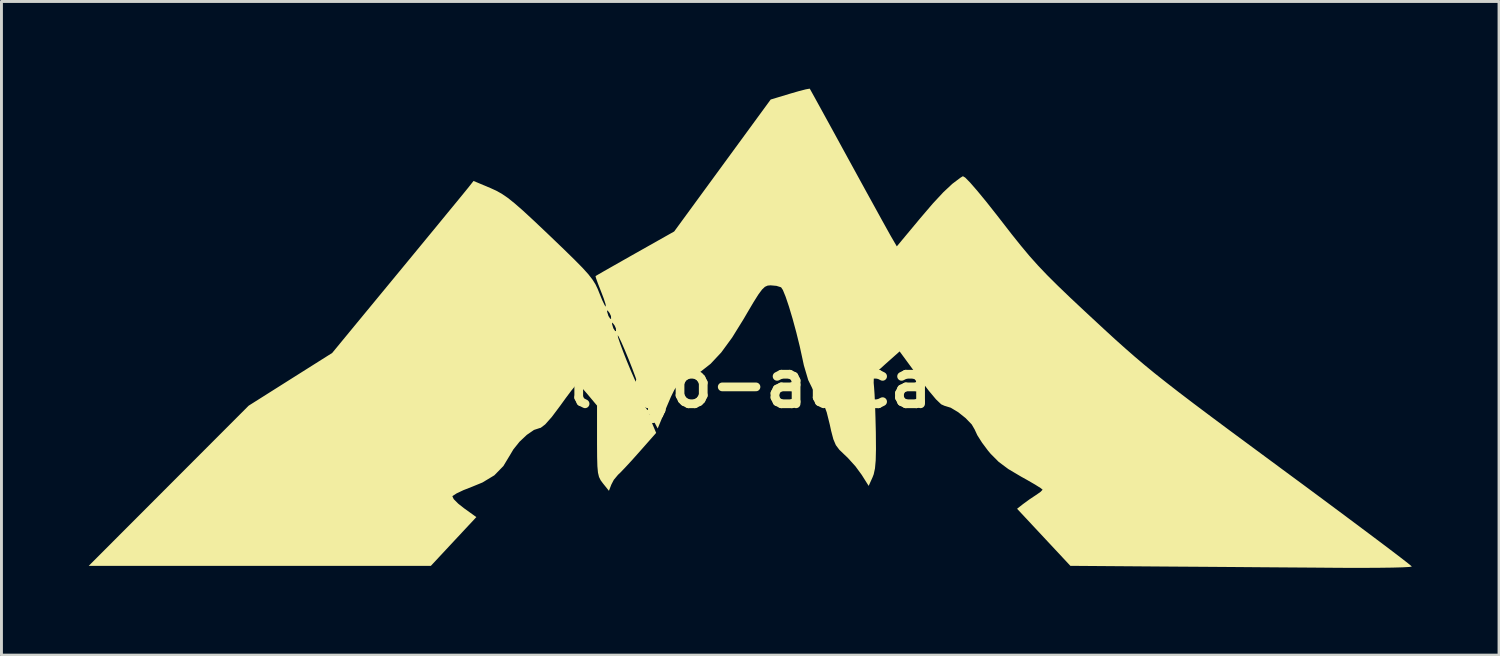
<source format=kicad_pcb>
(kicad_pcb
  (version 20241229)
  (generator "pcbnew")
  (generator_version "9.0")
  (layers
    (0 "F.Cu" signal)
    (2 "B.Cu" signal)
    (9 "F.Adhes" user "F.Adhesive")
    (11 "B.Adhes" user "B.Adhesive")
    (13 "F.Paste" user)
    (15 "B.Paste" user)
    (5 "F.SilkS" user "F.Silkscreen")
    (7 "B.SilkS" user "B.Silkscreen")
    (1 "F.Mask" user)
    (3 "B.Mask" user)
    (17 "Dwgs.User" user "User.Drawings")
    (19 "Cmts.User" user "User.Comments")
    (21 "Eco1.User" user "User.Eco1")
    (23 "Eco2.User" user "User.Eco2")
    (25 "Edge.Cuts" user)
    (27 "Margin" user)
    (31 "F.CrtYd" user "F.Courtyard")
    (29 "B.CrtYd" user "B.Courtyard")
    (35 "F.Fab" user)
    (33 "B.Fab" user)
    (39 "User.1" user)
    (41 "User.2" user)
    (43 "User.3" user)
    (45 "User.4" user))
  (footprint "logo-allca"
    (layer "F.Cu")
    (at 22.732 10.147)
    (property "Reference" "logo-allca" (at 0 0 0) (layer "F.SilkS") (effects (font (size 1.524 1.524) (thickness 0.3))))
    (attr board_only exclude_from_pos_files exclude_from_bom)
    (fp_poly (pts (xy 2.068 -10.146) (xy 2.112 -10.067) (xy 2.228 -9.858) (xy 2.405 -9.536) (xy 2.634 -9.119) (xy 2.905 -8.625) (xy 3.207 -8.072) (xy 3.385 -7.747) (xy 3.711 -7.152) (xy 4.019 -6.59) (xy 4.298 -6.084) (xy 4.535 -5.653) (xy 4.72 -5.32) (xy 4.84 -5.104) (xy 4.871 -5.05) (xy 5.061 -4.724) (xy 5.863 -5.687) (xy 6.3 -6.198) (xy 6.662 -6.587) (xy 6.97 -6.875) (xy 7.244 -7.082) (xy 7.334 -7.137) (xy 7.413 -7.09) (xy 7.582 -6.918) (xy 7.828 -6.635) (xy 8.141 -6.255) (xy 8.509 -5.789) (xy 8.646 -5.613) (xy 9.009 -5.145) (xy 9.327 -4.748) (xy 9.62 -4.397) (xy 9.914 -4.068) (xy 10.231 -3.735) (xy 10.594 -3.374) (xy 11.026 -2.959) (xy 11.551 -2.467) (xy 11.811 -2.226) (xy 12.209 -1.857) (xy 12.57 -1.526) (xy 12.909 -1.223) (xy 13.238 -0.935) (xy 13.573 -0.651) (xy 13.929 -0.359) (xy 14.32 -0.049) (xy 14.759 0.292) (xy 15.262 0.675) (xy 15.844 1.112) (xy 16.517 1.613) (xy 17.298 2.19) (xy 18.199 2.855) (xy 18.263 2.903) (xy 19.034 3.471) (xy 19.763 4.011) (xy 20.439 4.514) (xy 21.051 4.971) (xy 21.588 5.373) (xy 22.039 5.713) (xy 22.392 5.982) (xy 22.635 6.171) (xy 22.759 6.272) (xy 22.772 6.287) (xy 22.691 6.301) (xy 22.462 6.314) (xy 22.104 6.324) (xy 21.637 6.33) (xy 21.081 6.333) (xy 20.458 6.332) (xy 20.13 6.33) (xy 19.379 6.324) (xy 18.505 6.318) (xy 17.552 6.311) (xy 16.565 6.303) (xy 15.589 6.296) (xy 14.67 6.29) (xy 14.257 6.287) (xy 11.03 6.263) (xy 10.114 5.282) (xy 9.197 4.3) (xy 9.403 4.138) (xy 9.636 3.968) (xy 9.842 3.832) (xy 10.002 3.721) (xy 10.074 3.646) (xy 10.075 3.644) (xy 10.005 3.587) (xy 9.817 3.469) (xy 9.544 3.311) (xy 9.332 3.193) (xy 8.895 2.934) (xy 8.565 2.688) (xy 8.289 2.411) (xy 8.196 2.3) (xy 7.992 2.027) (xy 7.83 1.772) (xy 7.745 1.589) (xy 7.744 1.584) (xy 7.637 1.4) (xy 7.429 1.184) (xy 7.172 0.979) (xy 6.915 0.825) (xy 6.711 0.762) (xy 6.706 0.762) (xy 6.587 0.708) (xy 6.409 0.538) (xy 6.161 0.242) (xy 5.846 -0.174) (xy 5.158 -1.111) (xy 4.698 -0.703) (xy 4.462 -0.49) (xy 4.327 -0.339) (xy 4.27 -0.202) (xy 4.265 -0.031) (xy 4.279 0.127) (xy 4.296 0.371) (xy 4.313 0.738) (xy 4.327 1.182) (xy 4.339 1.655) (xy 4.34 1.736) (xy 4.344 2.255) (xy 4.335 2.637) (xy 4.31 2.912) (xy 4.267 3.112) (xy 4.227 3.217) (xy 4.093 3.514) (xy 3.853 3.133) (xy 3.639 2.841) (xy 3.373 2.547) (xy 3.26 2.44) (xy 3.084 2.271) (xy 2.964 2.111) (xy 2.878 1.909) (xy 2.801 1.616) (xy 2.756 1.407) (xy 2.65 0.982) (xy 2.537 0.681) (xy 2.443 0.539) (xy 2.202 0.255) (xy 2.014 -0.126) (xy 1.864 -0.633) (xy 1.824 -0.82) (xy 1.722 -1.288) (xy 1.603 -1.769) (xy 1.477 -2.233) (xy 1.352 -2.651) (xy 1.237 -2.992) (xy 1.142 -3.224) (xy 1.081 -3.316) (xy 0.922 -3.366) (xy 0.72 -3.384) (xy 0.618 -3.375) (xy 0.525 -3.333) (xy 0.424 -3.237) (xy 0.297 -3.065) (xy 0.128 -2.796) (xy -0.101 -2.408) (xy -0.201 -2.236) (xy -0.603 -1.587) (xy -0.976 -1.077) (xy -1.345 -0.683) (xy -1.73 -0.381) (xy -2.153 -0.148) (xy -2.178 -0.136) (xy -2.35 -0.05) (xy -2.478 0.053) (xy -2.589 0.209) (xy -2.71 0.455) (xy -2.849 0.781) (xy -3.163 1.539) (xy -3.314 1.256) (xy -3.421 1.072) (xy -3.463 1.037) (xy -3.437 1.145) (xy -3.344 1.385) (xy -3.216 1.691) (xy -3.796 2.348) (xy -4.055 2.638) (xy -4.287 2.889) (xy -4.459 3.068) (xy -4.525 3.129) (xy -4.672 3.305) (xy -4.757 3.468) (xy -4.84 3.683) (xy -5.044 3.429) (xy -5.125 3.32) (xy -5.181 3.206) (xy -5.217 3.056) (xy -5.237 2.838) (xy -5.246 2.52) (xy -5.249 2.071) (xy -5.249 1.963) (xy -5.249 0.752) (xy -5.335 0.65) (xy -3.634 0.65) (xy -3.588 0.801) (xy -3.525 0.899) (xy -3.495 0.899) (xy -3.5 0.804) (xy -3.546 0.705) (xy -3.621 0.605) (xy -3.634 0.65) (xy -5.335 0.65) (xy -5.564 0.376) (xy -5.694 0.226) (xy -3.804 0.226) (xy -3.757 0.378) (xy -3.694 0.475) (xy -3.665 0.476) (xy -3.669 0.381) (xy -3.715 0.282) (xy -3.79 0.182) (xy -3.804 0.226) (xy -5.694 0.226) (xy -5.741 0.173) (xy -5.875 0.037) (xy -5.927 0) (xy -5.993 0.065) (xy -6.135 0.24) (xy -6.329 0.499) (xy -6.519 0.762) (xy -6.807 1.146) (xy -7.033 1.4) (xy -7.187 1.517) (xy -7.219 1.524) (xy -7.417 1.589) (xy -7.663 1.758) (xy -7.914 1.994) (xy -8.126 2.258) (xy -8.213 2.405) (xy -8.47 2.831) (xy -8.781 3.15) (xy -9.19 3.397) (xy -9.541 3.541) (xy -9.846 3.661) (xy -10.084 3.774) (xy -10.212 3.858) (xy -10.224 3.874) (xy -10.177 3.97) (xy -10.024 4.124) (xy -9.828 4.279) (xy -9.4 4.587) (xy -10.182 5.425) (xy -10.964 6.264) (xy -22.732 6.265) (xy -19.981 3.51) (xy -17.23 0.755) (xy -15.794 -0.152) (xy -14.358 -1.058) (xy -13.855 -1.669) (xy -4.54 -1.669) (xy -4.523 -1.583) (xy -4.452 -1.373) (xy -4.34 -1.074) (xy -4.222 -0.774) (xy -4.079 -0.43) (xy -3.959 -0.157) (xy -3.875 0.016) (xy -3.842 0.06) (xy -3.859 -0.026) (xy -3.93 -0.235) (xy -4.042 -0.535) (xy -4.16 -0.835) (xy -4.303 -1.179) (xy -4.423 -1.452) (xy -4.507 -1.624) (xy -4.54 -1.669) (xy -13.855 -1.669) (xy -13.533 -2.06) (xy -4.735 -2.06) (xy -4.689 -1.908) (xy -4.626 -1.811) (xy -4.596 -1.81) (xy -4.601 -1.905) (xy -4.646 -2.004) (xy -4.721 -2.104) (xy -4.735 -2.06) (xy -13.533 -2.06) (xy -13.184 -2.483) (xy -4.904 -2.483) (xy -4.858 -2.332) (xy -4.795 -2.234) (xy -4.765 -2.234) (xy -4.77 -2.328) (xy -4.816 -2.428) (xy -4.891 -2.527) (xy -4.904 -2.483) (xy -13.184 -2.483) (xy -12.124 -3.768) (xy -11.636 -4.36) (xy -11.175 -4.92) (xy -10.754 -5.431) (xy -10.386 -5.88) (xy -10.082 -6.249) (xy -9.856 -6.525) (xy -9.72 -6.692) (xy -9.693 -6.725) (xy -9.496 -6.974) (xy -8.918 -6.731) (xy -8.718 -6.64) (xy -8.527 -6.534) (xy -8.323 -6.395) (xy -8.087 -6.207) (xy -7.796 -5.953) (xy -7.431 -5.616) (xy -6.971 -5.181) (xy -6.858 -5.073) (xy -6.387 -4.621) (xy -6.023 -4.265) (xy -5.749 -3.987) (xy -5.549 -3.766) (xy -5.407 -3.583) (xy -5.304 -3.421) (xy -5.226 -3.258) (xy -5.177 -3.136) (xy -5.072 -2.877) (xy -4.988 -2.702) (xy -4.944 -2.648) (xy -4.956 -2.737) (xy -5.021 -2.937) (xy -5.115 -3.182) (xy -5.217 -3.442) (xy -5.284 -3.63) (xy -5.301 -3.701) (xy -5.225 -3.747) (xy -5.026 -3.862) (xy -4.725 -4.033) (xy -4.348 -4.247) (xy -3.94 -4.478) (xy -2.596 -5.236) (xy -0.937 -7.505) (xy 0.723 -9.774) (xy 1.385 -9.974) (xy 1.692 -10.063) (xy 1.93 -10.124) (xy 2.057 -10.147)) (stroke (width 0) (type solid)) (fill yes) (layer "F.SilkS")))
  (gr_rect
    (start -3 -3)
    (end 48.504 19.48)
    (stroke (width 0.1) (type default))
    (fill no)
    (layer "Edge.Cuts")))
</source>
